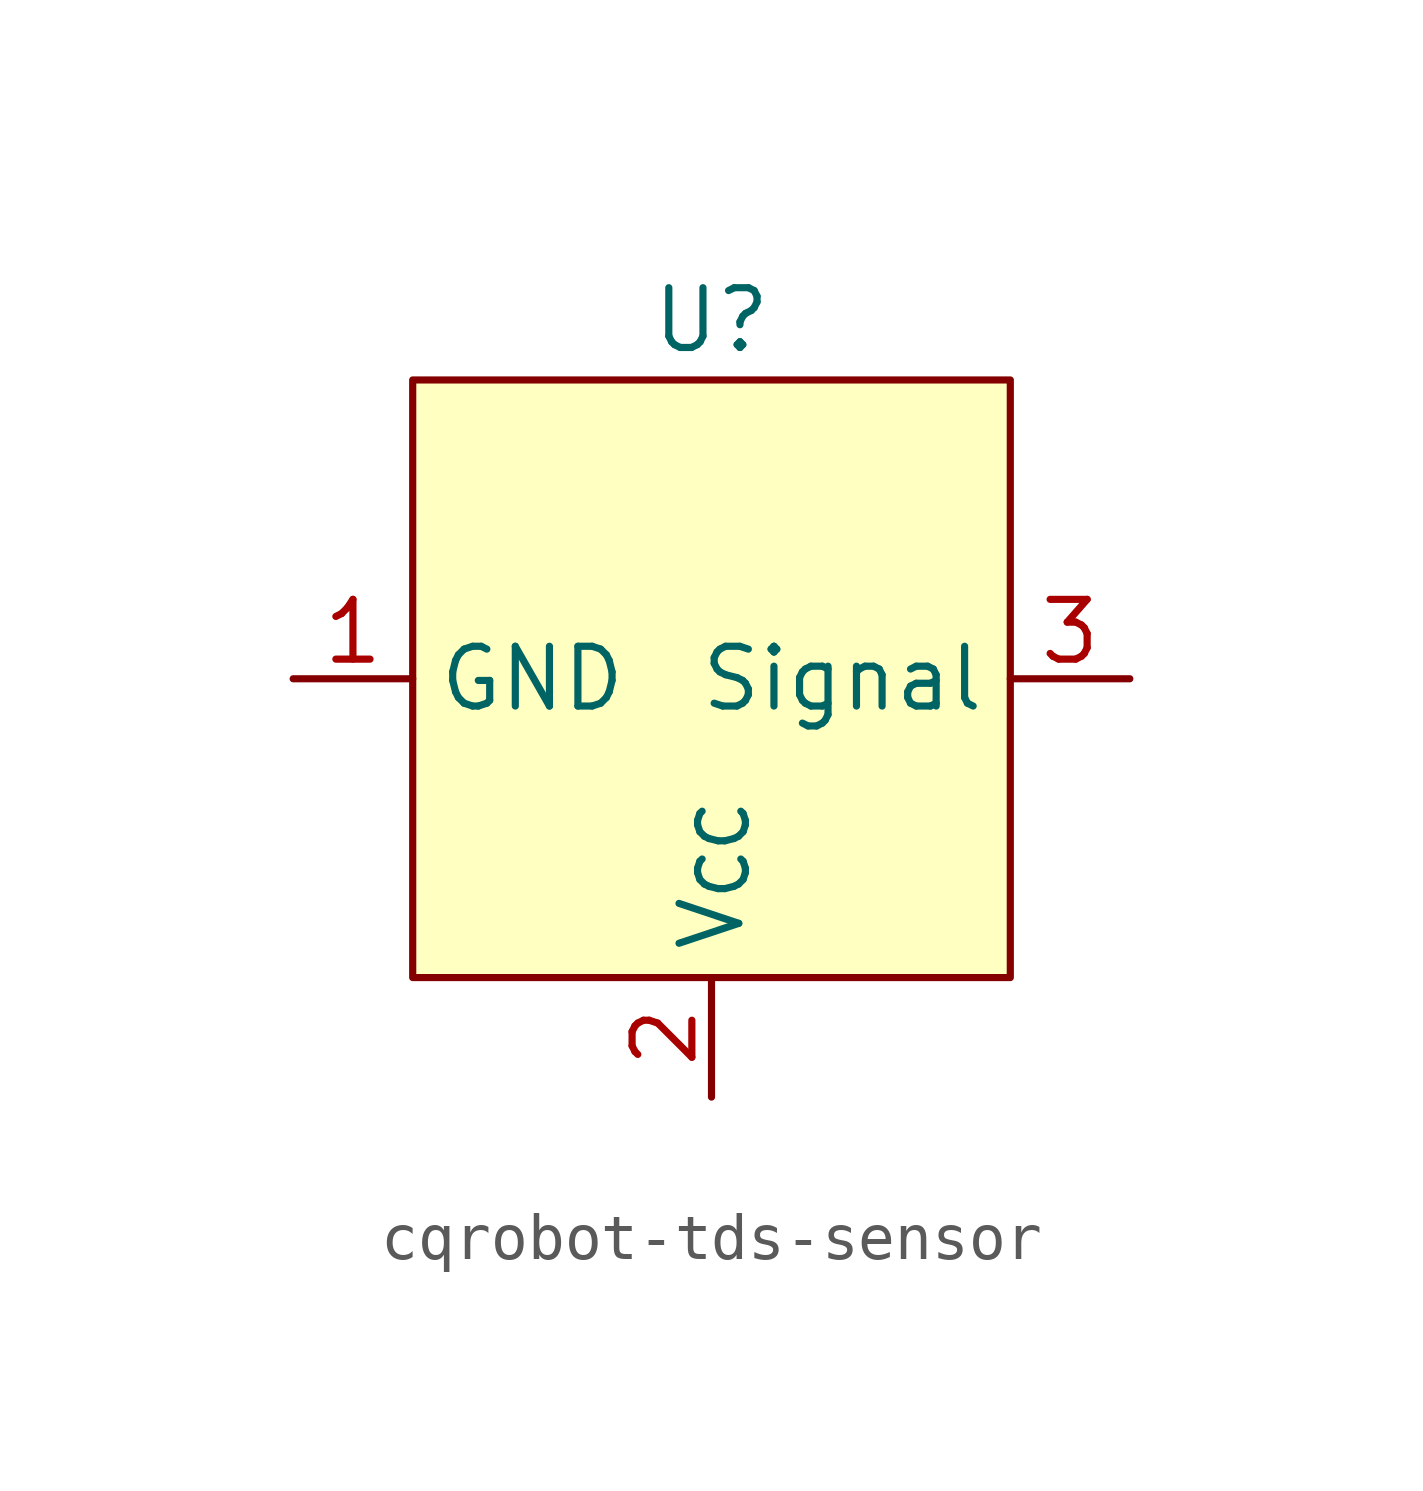
<source format=kicad_sym>
(kicad_symbol_lib
  (version 20220914)
  (generator kicad_symbol_editor)
  (symbol "cqrobot-tds-sensor"
    (property "Reference" "U"
      (at 0 7.62 0)
      (effects (font (size 1.27 1.27))))
    (property "Value" ""
      (at 0 0 0)
      (effects (font (size 1.27 1.27))))
    (symbol "cqrobot-tds-sensor_1_1"
      (rectangle (start -6.35 6.35) (end 6.35 -6.35) (stroke (width 0) (type default)) (fill (type background)))
      (pin power_in line (at -8.89 0 0) (length 2.54) (name "GND" (effects (font (size 1.27 1.27)))) (number "1" (effects (font (size 1.27 1.27)))))
      (pin power_in line (at 0 -8.89 90) (length 2.54) (name "V_{CC}" (effects (font (size 1.27 1.27)))) (number "2" (effects (font (size 1.27 1.27)))))
      (pin output line (at 8.89 0 180) (length 2.54) (name "Signal" (effects (font (size 1.27 1.27)))) (number "3" (effects (font (size 1.27 1.27))))))))
</source>
